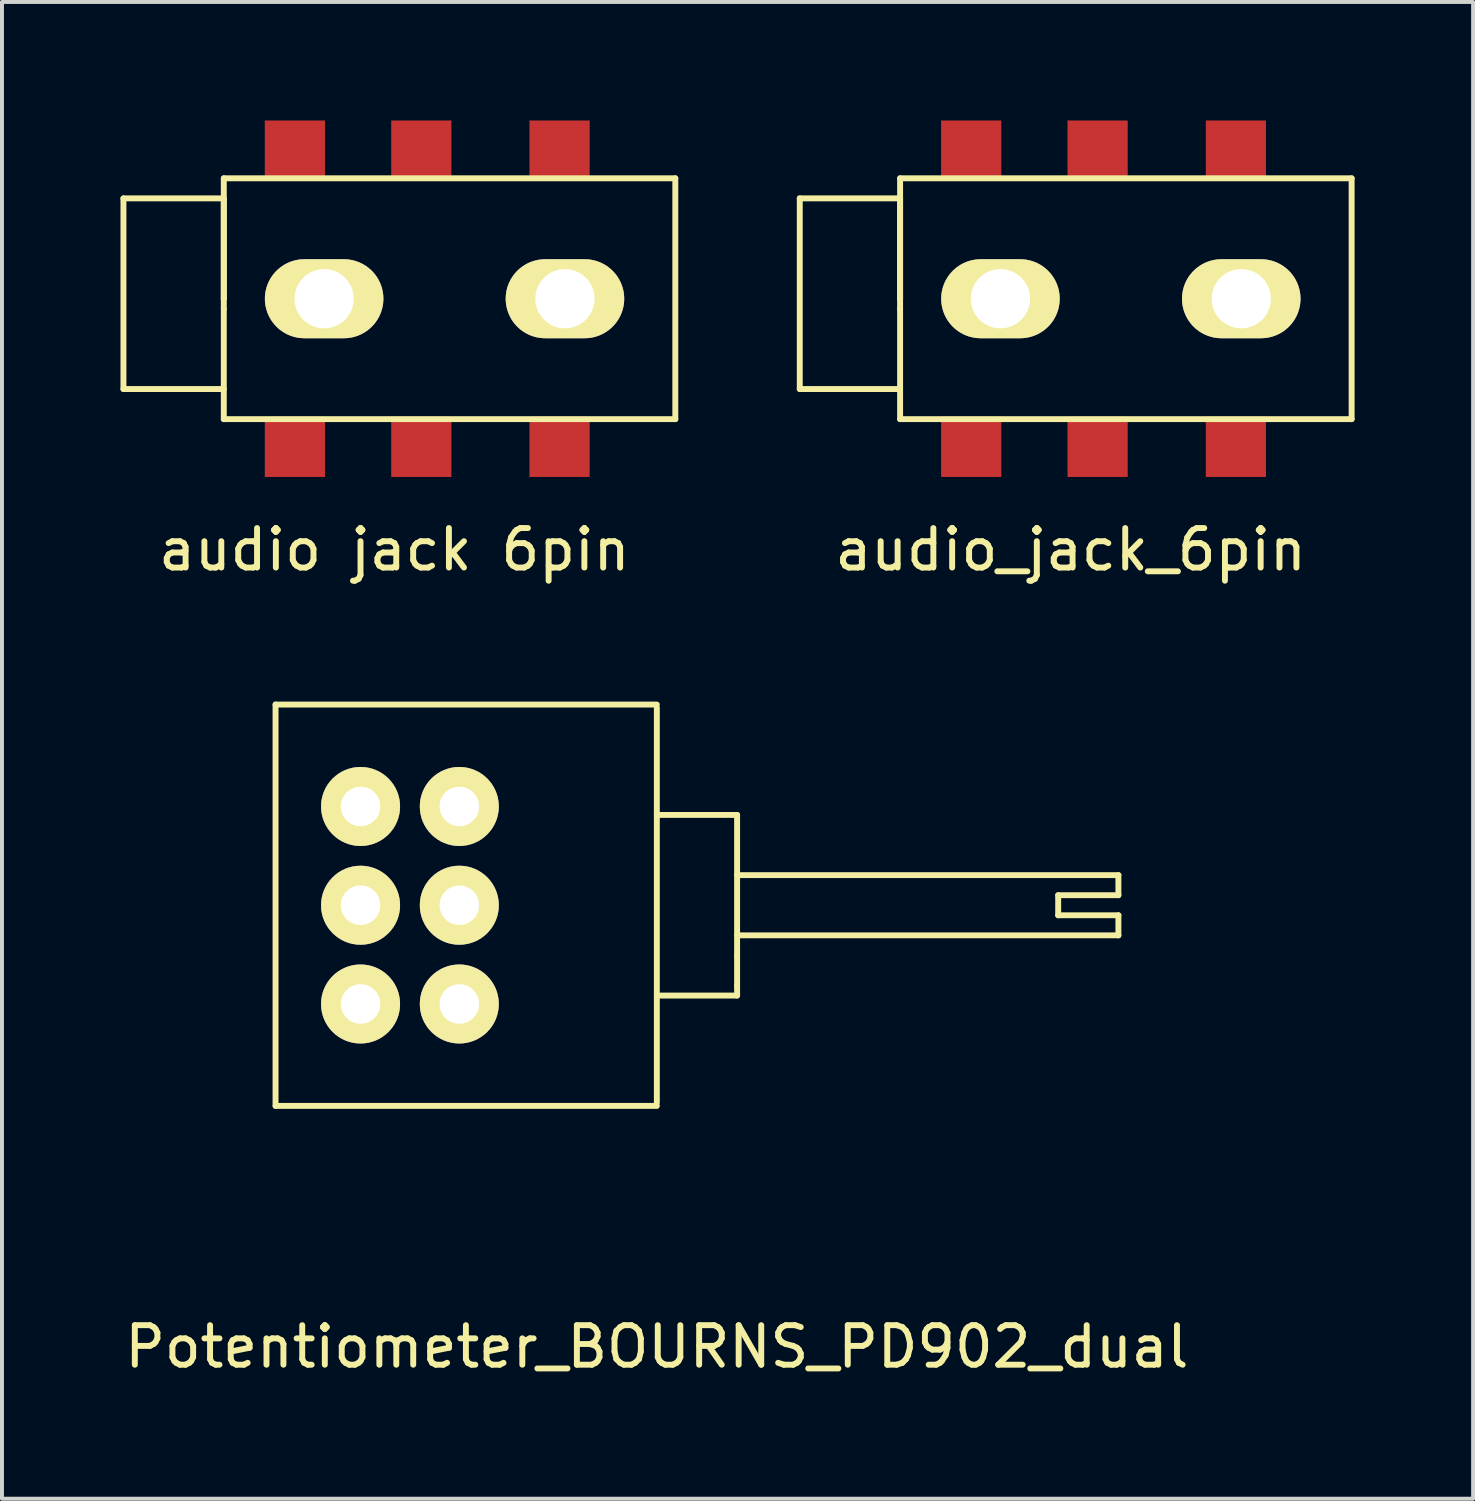
<source format=kicad_pcb>
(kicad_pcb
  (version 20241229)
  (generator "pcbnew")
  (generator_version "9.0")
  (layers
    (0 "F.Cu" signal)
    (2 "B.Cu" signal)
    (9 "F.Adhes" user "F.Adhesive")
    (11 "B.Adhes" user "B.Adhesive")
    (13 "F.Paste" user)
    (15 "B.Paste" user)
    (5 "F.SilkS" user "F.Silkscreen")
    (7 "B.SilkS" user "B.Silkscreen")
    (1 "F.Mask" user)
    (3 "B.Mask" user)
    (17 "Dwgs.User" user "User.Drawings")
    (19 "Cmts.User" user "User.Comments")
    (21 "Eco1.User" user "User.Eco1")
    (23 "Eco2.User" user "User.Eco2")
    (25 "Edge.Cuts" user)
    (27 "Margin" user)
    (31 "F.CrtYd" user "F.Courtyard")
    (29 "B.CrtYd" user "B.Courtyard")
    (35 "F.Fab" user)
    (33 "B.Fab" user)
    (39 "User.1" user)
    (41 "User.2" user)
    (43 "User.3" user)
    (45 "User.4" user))
  (footprint "Potentiometer_BOURNS_PD902_dual"
    (layer "F.Cu")
    (at 13.577 19.865)
    (property "Reference" "Potentiometer_BOURNS_PD902_dual" (at 0 11.176 0) (layer "F.SilkS") (effects (font (size 1 1) (thickness 0.15))))
    (attr through_hole)
    (fp_line (start -9.652 -5.08) (end -9.652 5.08) (stroke (width 0.15) (type solid)) (layer "F.SilkS"))
    (fp_line (start -9.65 5.08) (end 0 5.08) (stroke (width 0.15) (type solid)) (layer "F.SilkS"))
    (fp_line (start 0 -5.08) (end -9.65 -5.08) (stroke (width 0.15) (type solid)) (layer "F.SilkS"))
    (fp_line (start 0 -5) (end 0 5) (stroke (width 0.15) (type solid)) (layer "F.SilkS"))
    (fp_line (start 0 -2.286) (end 2.032 -2.286) (stroke (width 0.15) (type solid)) (layer "F.SilkS"))
    (fp_line (start 2.032 -2.286) (end 2.032 1.27) (stroke (width 0.15) (type solid)) (layer "F.SilkS"))
    (fp_line (start 2.032 -0.762) (end 11.684 -0.762) (stroke (width 0.15) (type solid)) (layer "F.SilkS"))
    (fp_line (start 2.032 1.27) (end 2.032 2.032) (stroke (width 0.15) (type solid)) (layer "F.SilkS"))
    (fp_line (start 2.032 2.032) (end 2.032 2.286) (stroke (width 0.15) (type solid)) (layer "F.SilkS"))
    (fp_line (start 2.032 2.286) (end 0 2.286) (stroke (width 0.15) (type solid)) (layer "F.SilkS"))
    (fp_line (start 10.16 -0.254) (end 10.16 0.254) (stroke (width 0.15) (type solid)) (layer "F.SilkS"))
    (fp_line (start 10.16 0.254) (end 11.684 0.254) (stroke (width 0.15) (type solid)) (layer "F.SilkS"))
    (fp_line (start 11.684 -0.762) (end 11.684 -0.254) (stroke (width 0.15) (type solid)) (layer "F.SilkS"))
    (fp_line (start 11.684 -0.254) (end 10.16 -0.254) (stroke (width 0.15) (type solid)) (layer "F.SilkS"))
    (fp_line (start 11.684 0.254) (end 11.684 0.762) (stroke (width 0.15) (type solid)) (layer "F.SilkS"))
    (fp_line (start 11.684 0.762) (end 2.032 0.762) (stroke (width 0.15) (type solid)) (layer "F.SilkS"))
    (pad "1" thru_hole circle (at -7.5 2.5) (size 2 2) (drill 1) (layers "*.Cu" "*.Mask" "F.SilkS"))
    (pad "2" thru_hole circle (at -7.5 0) (size 2 2) (drill 1) (layers "*.Cu" "*.Mask" "F.SilkS"))
    (pad "3" thru_hole circle (at -7.5 -2.5) (size 2 2) (drill 1) (layers "*.Cu" "*.Mask" "F.SilkS"))
    (pad "4" thru_hole circle (at -5 2.5) (size 2 2) (drill 1) (layers "*.Cu" "*.Mask" "F.SilkS"))
    (pad "5" thru_hole circle (at -5 0) (size 2 2) (drill 1) (layers "*.Cu" "*.Mask" "F.SilkS"))
    (pad "6" thru_hole circle (at -5 -2.5) (size 2 2) (drill 1) (layers "*.Cu" "*.Mask" "F.SilkS")))
  (footprint "audio jack 6pin"
    (layer "F.Cu")
    (at 2.615 4.512)
    (property "Reference" "audio jack 6pin" (at 4.318 6.35 0) (layer "F.SilkS") (effects (font (size 1 1) (thickness 0.15))))
    (attr through_hole)
    (fp_line (start -2.54 -2.54) (end -2.54 2.286) (stroke (width 0.15) (type solid)) (layer "F.SilkS"))
    (fp_line (start -2.54 2.286) (end 0 2.286) (stroke (width 0.15) (type solid)) (layer "F.SilkS"))
    (fp_line (start 0 -3.048) (end 11.43 -3.048) (stroke (width 0.15) (type solid)) (layer "F.SilkS"))
    (fp_line (start 0 -2.54) (end -2.54 -2.54) (stroke (width 0.15) (type solid)) (layer "F.SilkS"))
    (fp_line (start 0 0) (end 0 -3.048) (stroke (width 0.15) (type solid)) (layer "F.SilkS"))
    (fp_line (start 0 0) (end 0 -2.54) (stroke (width 0.15) (type solid)) (layer "F.SilkS"))
    (fp_line (start 0 0.254) (end 0 0) (stroke (width 0.15) (type solid)) (layer "F.SilkS"))
    (fp_line (start 0 3.048) (end 0 0.254) (stroke (width 0.15) (type solid)) (layer "F.SilkS"))
    (fp_line (start 11.43 -3.048) (end 11.43 3.048) (stroke (width 0.15) (type solid)) (layer "F.SilkS"))
    (fp_line (start 11.43 3.048) (end 0 3.048) (stroke (width 0.15) (type solid)) (layer "F.SilkS"))
    (pad "1" smd rect (at 8.5 3.75) (size 1.524 1.524) (layers "F.Cu" "F.Mask" "F.Paste"))
    (pad "2" smd rect (at 1.8 -3.75) (size 1.524 1.524) (layers "F.Cu" "F.Mask" "F.Paste"))
    (pad "3" smd rect (at 5 -3.75) (size 1.524 1.524) (layers "F.Cu" "F.Mask" "F.Paste"))
    (pad "4" smd rect (at 8.5 -3.75) (size 1.524 1.524) (layers "F.Cu" "F.Mask" "F.Paste"))
    (pad "5" smd rect (at 1.8 3.75) (size 1.524 1.524) (layers "F.Cu" "F.Mask" "F.Paste"))
    (pad "6" smd rect (at 5 3.75) (size 1.524 1.524) (layers "F.Cu" "F.Mask" "F.Paste"))
    (pad "8" thru_hole oval (at 2.54 0) (size 3 2) (drill 1.5) (layers "*.Cu" "*.Mask" "F.SilkS"))
    (pad "9" thru_hole oval (at 8.636 0) (size 3 2) (drill 1.5) (layers "*.Cu" "*.Mask" "F.SilkS")))
  (footprint "audio_jack_6pin"
    (layer "F.Cu")
    (at 19.735 4.512)
    (property "Reference" "audio_jack_6pin" (at 4.318 6.35 0) (layer "F.SilkS") (effects (font (size 1 1) (thickness 0.15))))
    (attr through_hole)
    (fp_line (start -2.54 -2.54) (end -2.54 2.286) (stroke (width 0.15) (type solid)) (layer "F.SilkS"))
    (fp_line (start -2.54 2.286) (end 0 2.286) (stroke (width 0.15) (type solid)) (layer "F.SilkS"))
    (fp_line (start 0 -3.048) (end 11.43 -3.048) (stroke (width 0.15) (type solid)) (layer "F.SilkS"))
    (fp_line (start 0 -2.54) (end -2.54 -2.54) (stroke (width 0.15) (type solid)) (layer "F.SilkS"))
    (fp_line (start 0 0) (end 0 -3.048) (stroke (width 0.15) (type solid)) (layer "F.SilkS"))
    (fp_line (start 0 0) (end 0 -2.54) (stroke (width 0.15) (type solid)) (layer "F.SilkS"))
    (fp_line (start 0 0.254) (end 0 0) (stroke (width 0.15) (type solid)) (layer "F.SilkS"))
    (fp_line (start 0 3.048) (end 0 0.254) (stroke (width 0.15) (type solid)) (layer "F.SilkS"))
    (fp_line (start 11.43 -3.048) (end 11.43 3.048) (stroke (width 0.15) (type solid)) (layer "F.SilkS"))
    (fp_line (start 11.43 3.048) (end 0 3.048) (stroke (width 0.15) (type solid)) (layer "F.SilkS"))
    (pad "1" smd rect (at 8.5 3.75) (size 1.524 1.524) (layers "F.Cu" "F.Mask" "F.Paste"))
    (pad "2" smd rect (at 1.8 -3.75) (size 1.524 1.524) (layers "F.Cu" "F.Mask" "F.Paste"))
    (pad "3" smd rect (at 5 -3.75) (size 1.524 1.524) (layers "F.Cu" "F.Mask" "F.Paste"))
    (pad "4" smd rect (at 8.5 -3.75) (size 1.524 1.524) (layers "F.Cu" "F.Mask" "F.Paste"))
    (pad "5" smd rect (at 1.8 3.75) (size 1.524 1.524) (layers "F.Cu" "F.Mask" "F.Paste"))
    (pad "6" smd rect (at 5 3.75) (size 1.524 1.524) (layers "F.Cu" "F.Mask" "F.Paste"))
    (pad "8" thru_hole oval (at 2.54 0) (size 3 2) (drill 1.5) (layers "*.Cu" "*.Mask" "F.SilkS"))
    (pad "9" thru_hole oval (at 8.636 0) (size 3 2) (drill 1.5) (layers "*.Cu" "*.Mask" "F.SilkS")))
  (gr_rect
    (start -3 -3)
    (end 34.24 34.889)
    (stroke (width 0.1) (type default))
    (fill no)
    (layer "Edge.Cuts")))
</source>
